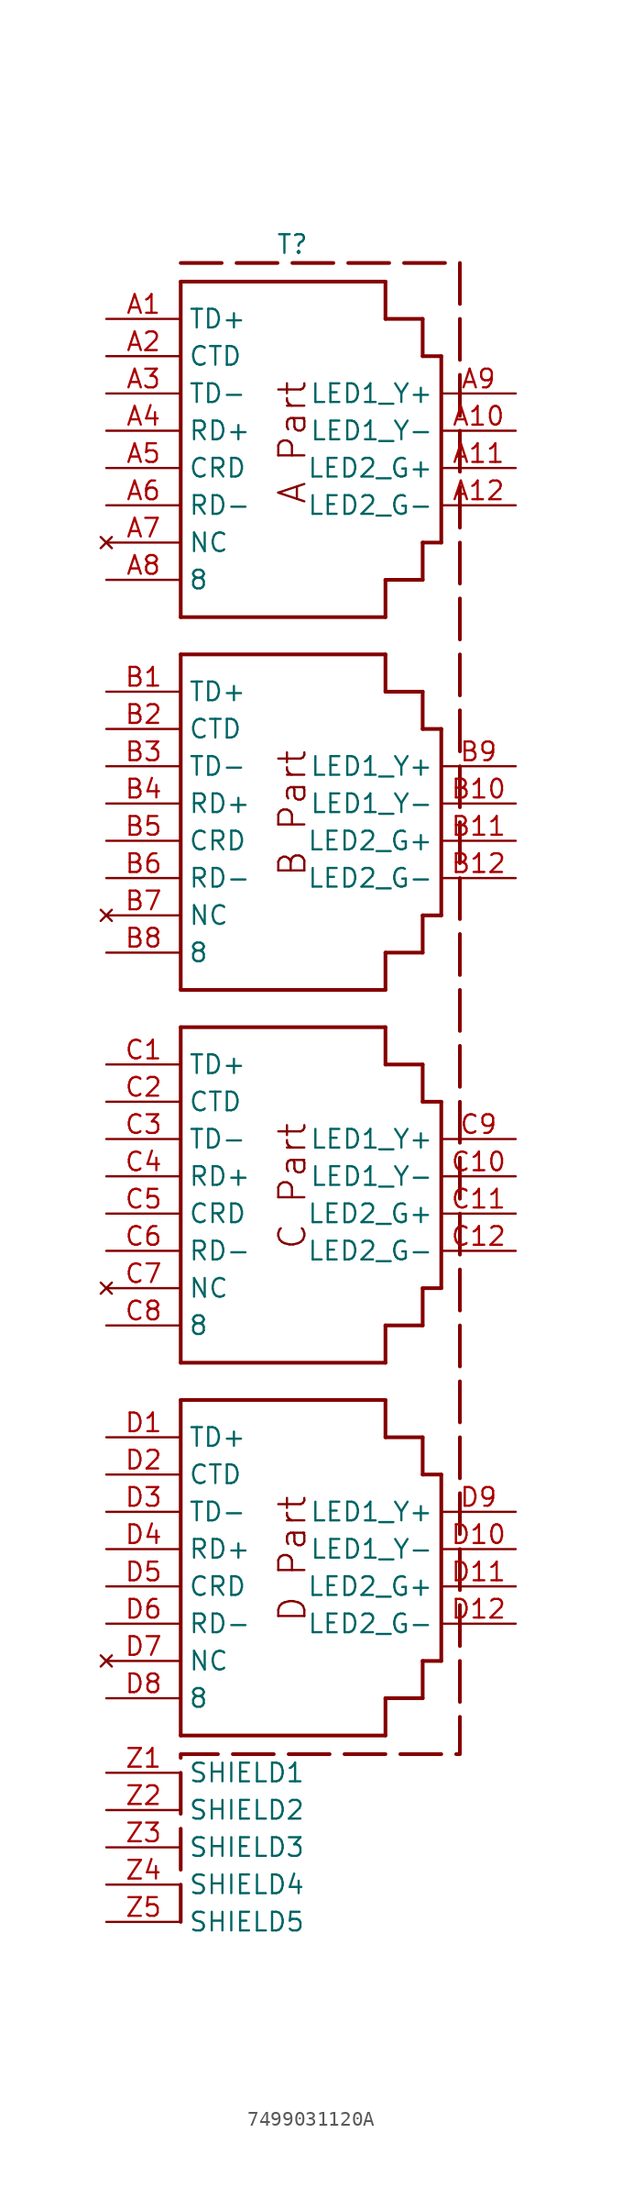
<source format=kicad_sym>
(kicad_symbol_lib
  (version 20220914)
  (generator kicad_symbol_editor)
  (symbol "7499031120A"
    (property "Reference" "T"
      (at 0 50.8 0)
      (effects (font (size 1.27 1.27))))
    (property "Critical Parameter" ""
      (at 0 -5.08 0)
      (effects (font (size 1.27 1.27)) (justify left)))
    (symbol "7499031120A_0_0"
      (polyline (pts (xy -7.62 -50.8) (xy -7.62 -27.94)) (stroke (width 0.254) (type default)) (fill (type none)))
      (polyline (pts (xy -7.62 -27.94) (xy 6.35 -27.94)) (stroke (width 0.254) (type default)) (fill (type none)))
      (polyline (pts (xy -7.62 -25.4) (xy -7.62 -2.54)) (stroke (width 0.254) (type default)) (fill (type none)))
      (polyline (pts (xy -7.62 -2.54) (xy 6.35 -2.54)) (stroke (width 0.254) (type default)) (fill (type none)))
      (polyline (pts (xy -7.62 0) (xy -7.62 22.86)) (stroke (width 0.254) (type default)) (fill (type none)))
      (polyline (pts (xy -7.62 22.86) (xy 6.35 22.86)) (stroke (width 0.254) (type default)) (fill (type none)))
      (polyline (pts (xy -7.62 25.4) (xy -7.62 48.26)) (stroke (width 0.254) (type default)) (fill (type none)))
      (polyline (pts (xy -7.62 48.26) (xy 6.35 48.26)) (stroke (width 0.254) (type default)) (fill (type none)))
      (polyline (pts (xy 6.35 -50.8) (xy -7.62 -50.8)) (stroke (width 0.254) (type default)) (fill (type none)))
      (polyline (pts (xy 6.35 -50.8) (xy 6.35 -48.26)) (stroke (width 0.254) (type default)) (fill (type none)))
      (polyline (pts (xy 6.35 -48.26) (xy 8.89 -48.26)) (stroke (width 0.254) (type default)) (fill (type none)))
      (polyline (pts (xy 6.35 -30.48) (xy 8.89 -30.48)) (stroke (width 0.254) (type default)) (fill (type none)))
      (polyline (pts (xy 6.35 -27.94) (xy 6.35 -30.48)) (stroke (width 0.254) (type default)) (fill (type none)))
      (polyline (pts (xy 6.35 -25.4) (xy -7.62 -25.4)) (stroke (width 0.254) (type default)) (fill (type none)))
      (polyline (pts (xy 6.35 -25.4) (xy 6.35 -22.86)) (stroke (width 0.254) (type default)) (fill (type none)))
      (polyline (pts (xy 6.35 -22.86) (xy 8.89 -22.86)) (stroke (width 0.254) (type default)) (fill (type none)))
      (polyline (pts (xy 6.35 -5.08) (xy 8.89 -5.08)) (stroke (width 0.254) (type default)) (fill (type none)))
      (polyline (pts (xy 6.35 -2.54) (xy 6.35 -5.08)) (stroke (width 0.254) (type default)) (fill (type none)))
      (polyline (pts (xy 6.35 0) (xy -7.62 0)) (stroke (width 0.254) (type default)) (fill (type none)))
      (polyline (pts (xy 6.35 0) (xy 6.35 2.54)) (stroke (width 0.254) (type default)) (fill (type none)))
      (polyline (pts (xy 6.35 2.54) (xy 8.89 2.54)) (stroke (width 0.254) (type default)) (fill (type none)))
      (polyline (pts (xy 6.35 20.32) (xy 8.89 20.32)) (stroke (width 0.254) (type default)) (fill (type none)))
      (polyline (pts (xy 6.35 22.86) (xy 6.35 20.32)) (stroke (width 0.254) (type default)) (fill (type none)))
      (polyline (pts (xy 6.35 25.4) (xy -7.62 25.4)) (stroke (width 0.254) (type default)) (fill (type none)))
      (polyline (pts (xy 6.35 25.4) (xy 6.35 27.94)) (stroke (width 0.254) (type default)) (fill (type none)))
      (polyline (pts (xy 6.35 27.94) (xy 8.89 27.94)) (stroke (width 0.254) (type default)) (fill (type none)))
      (polyline (pts (xy 6.35 45.72) (xy 8.89 45.72)) (stroke (width 0.254) (type default)) (fill (type none)))
      (polyline (pts (xy 6.35 48.26) (xy 6.35 45.72)) (stroke (width 0.254) (type default)) (fill (type none)))
      (polyline (pts (xy 8.89 -48.26) (xy 8.89 -45.72)) (stroke (width 0.254) (type default)) (fill (type none)))
      (polyline (pts (xy 8.89 -45.72) (xy 10.16 -45.72)) (stroke (width 0.254) (type default)) (fill (type none)))
      (polyline (pts (xy 8.89 -33.02) (xy 10.16 -33.02)) (stroke (width 0.254) (type default)) (fill (type none)))
      (polyline (pts (xy 8.89 -30.48) (xy 8.89 -33.02)) (stroke (width 0.254) (type default)) (fill (type none)))
      (polyline (pts (xy 8.89 -22.86) (xy 8.89 -20.32)) (stroke (width 0.254) (type default)) (fill (type none)))
      (polyline (pts (xy 8.89 -20.32) (xy 10.16 -20.32)) (stroke (width 0.254) (type default)) (fill (type none)))
      (polyline (pts (xy 8.89 -7.62) (xy 10.16 -7.62)) (stroke (width 0.254) (type default)) (fill (type none)))
      (polyline (pts (xy 8.89 -5.08) (xy 8.89 -7.62)) (stroke (width 0.254) (type default)) (fill (type none)))
      (polyline (pts (xy 8.89 2.54) (xy 8.89 5.08)) (stroke (width 0.254) (type default)) (fill (type none)))
      (polyline (pts (xy 8.89 5.08) (xy 10.16 5.08)) (stroke (width 0.254) (type default)) (fill (type none)))
      (polyline (pts (xy 8.89 17.78) (xy 10.16 17.78)) (stroke (width 0.254) (type default)) (fill (type none)))
      (polyline (pts (xy 8.89 20.32) (xy 8.89 17.78)) (stroke (width 0.254) (type default)) (fill (type none)))
      (polyline (pts (xy 8.89 27.94) (xy 8.89 30.48)) (stroke (width 0.254) (type default)) (fill (type none)))
      (polyline (pts (xy 8.89 30.48) (xy 10.16 30.48)) (stroke (width 0.254) (type default)) (fill (type none)))
      (polyline (pts (xy 8.89 43.18) (xy 10.16 43.18)) (stroke (width 0.254) (type default)) (fill (type none)))
      (polyline (pts (xy 8.89 45.72) (xy 8.89 43.18)) (stroke (width 0.254) (type default)) (fill (type none)))
      (polyline (pts (xy 10.16 -33.02) (xy 10.16 -45.72)) (stroke (width 0.254) (type default)) (fill (type none)))
      (polyline (pts (xy 10.16 -7.62) (xy 10.16 -20.32)) (stroke (width 0.254) (type default)) (fill (type none)))
      (polyline (pts (xy 10.16 17.78) (xy 10.16 5.08)) (stroke (width 0.254) (type default)) (fill (type none)))
      (polyline (pts (xy 10.16 43.18) (xy 10.16 30.48)) (stroke (width 0.254) (type default)) (fill (type none)))
      (text "A Part" (at 0 33.02 900) (effects (font (size 1.778 1.778)) (justify left)))
      (text "B Part" (at 0 7.62 900) (effects (font (size 1.778 1.778)) (justify left)))
      (text "C Part" (at 0 -17.78 900) (effects (font (size 1.778 1.778)) (justify left)))
      (text "D Part" (at 0 -43.18 900) (effects (font (size 1.778 1.778)) (justify left)))
      (pin passive line (at -12.7 -53.34 0) (length 5.08) (name "SHIELD1" (effects (font (size 1.27 1.27)))) (number "Z1" (effects (font (size 1.27 1.27)))))
      (pin passive line (at -12.7 -55.88 0) (length 5.08) (name "SHIELD2" (effects (font (size 1.27 1.27)))) (number "Z2" (effects (font (size 1.27 1.27)))))
      (pin passive line (at -12.7 -58.42 0) (length 5.08) (name "SHIELD3" (effects (font (size 1.27 1.27)))) (number "Z3" (effects (font (size 1.27 1.27)))))
      (pin passive line (at -12.7 -60.96 0) (length 5.08) (name "SHIELD4" (effects (font (size 1.27 1.27)))) (number "Z4" (effects (font (size 1.27 1.27)))))
      (pin passive line (at -12.7 -63.5 0) (length 5.08) (name "SHIELD5" (effects (font (size 1.27 1.27)))) (number "Z5" (effects (font (size 1.27 1.27))))))
    (symbol "7499031120A_1_0"
      (pin passive line (at -12.7 45.72 0) (length 5.08) (name "TD+" (effects (font (size 1.27 1.27)))) (number "A1" (effects (font (size 1.27 1.27)))))
      (pin passive line (at 15.24 38.1 180) (length 5.08) (name "LED1_Y-" (effects (font (size 1.27 1.27)))) (number "A10" (effects (font (size 1.27 1.27)))))
      (pin passive line (at 15.24 35.56 180) (length 5.08) (name "LED2_G+" (effects (font (size 1.27 1.27)))) (number "A11" (effects (font (size 1.27 1.27)))))
      (pin passive line (at 15.24 33.02 180) (length 5.08) (name "LED2_G-" (effects (font (size 1.27 1.27)))) (number "A12" (effects (font (size 1.27 1.27)))))
      (pin passive line (at -12.7 43.18 0) (length 5.08) (name "CTD" (effects (font (size 1.27 1.27)))) (number "A2" (effects (font (size 1.27 1.27)))))
      (pin passive line (at -12.7 40.64 0) (length 5.08) (name "TD-" (effects (font (size 1.27 1.27)))) (number "A3" (effects (font (size 1.27 1.27)))))
      (pin passive line (at -12.7 38.1 0) (length 5.08) (name "RD+" (effects (font (size 1.27 1.27)))) (number "A4" (effects (font (size 1.27 1.27)))))
      (pin passive line (at -12.7 35.56 0) (length 5.08) (name "CRD" (effects (font (size 1.27 1.27)))) (number "A5" (effects (font (size 1.27 1.27)))))
      (pin passive line (at -12.7 33.02 0) (length 5.08) (name "RD-" (effects (font (size 1.27 1.27)))) (number "A6" (effects (font (size 1.27 1.27)))))
      (pin no_connect line (at -12.7 30.48 0) (length 5.08) (name "NC" (effects (font (size 1.27 1.27)))) (number "A7" (effects (font (size 1.27 1.27)))))
      (pin passive line (at -12.7 27.94 0) (length 5.08) (name "8" (effects (font (size 1.27 1.27)))) (number "A8" (effects (font (size 1.27 1.27)))))
      (pin passive line (at 15.24 40.64 180) (length 5.08) (name "LED1_Y+" (effects (font (size 1.27 1.27)))) (number "A9" (effects (font (size 1.27 1.27)))))
      (pin passive line (at -12.7 20.32 0) (length 5.08) (name "TD+" (effects (font (size 1.27 1.27)))) (number "B1" (effects (font (size 1.27 1.27)))))
      (pin passive line (at 15.24 12.7 180) (length 5.08) (name "LED1_Y-" (effects (font (size 1.27 1.27)))) (number "B10" (effects (font (size 1.27 1.27)))))
      (pin passive line (at 15.24 10.16 180) (length 5.08) (name "LED2_G+" (effects (font (size 1.27 1.27)))) (number "B11" (effects (font (size 1.27 1.27)))))
      (pin passive line (at 15.24 7.62 180) (length 5.08) (name "LED2_G-" (effects (font (size 1.27 1.27)))) (number "B12" (effects (font (size 1.27 1.27)))))
      (pin passive line (at -12.7 17.78 0) (length 5.08) (name "CTD" (effects (font (size 1.27 1.27)))) (number "B2" (effects (font (size 1.27 1.27)))))
      (pin passive line (at -12.7 15.24 0) (length 5.08) (name "TD-" (effects (font (size 1.27 1.27)))) (number "B3" (effects (font (size 1.27 1.27)))))
      (pin passive line (at -12.7 12.7 0) (length 5.08) (name "RD+" (effects (font (size 1.27 1.27)))) (number "B4" (effects (font (size 1.27 1.27)))))
      (pin passive line (at -12.7 10.16 0) (length 5.08) (name "CRD" (effects (font (size 1.27 1.27)))) (number "B5" (effects (font (size 1.27 1.27)))))
      (pin passive line (at -12.7 7.62 0) (length 5.08) (name "RD-" (effects (font (size 1.27 1.27)))) (number "B6" (effects (font (size 1.27 1.27)))))
      (pin no_connect line (at -12.7 5.08 0) (length 5.08) (name "NC" (effects (font (size 1.27 1.27)))) (number "B7" (effects (font (size 1.27 1.27)))))
      (pin passive line (at -12.7 2.54 0) (length 5.08) (name "8" (effects (font (size 1.27 1.27)))) (number "B8" (effects (font (size 1.27 1.27)))))
      (pin passive line (at 15.24 15.24 180) (length 5.08) (name "LED1_Y+" (effects (font (size 1.27 1.27)))) (number "B9" (effects (font (size 1.27 1.27)))))
      (pin passive line (at -12.7 -5.08 0) (length 5.08) (name "TD+" (effects (font (size 1.27 1.27)))) (number "C1" (effects (font (size 1.27 1.27)))))
      (pin passive line (at 15.24 -12.7 180) (length 5.08) (name "LED1_Y-" (effects (font (size 1.27 1.27)))) (number "C10" (effects (font (size 1.27 1.27)))))
      (pin passive line (at 15.24 -15.24 180) (length 5.08) (name "LED2_G+" (effects (font (size 1.27 1.27)))) (number "C11" (effects (font (size 1.27 1.27)))))
      (pin passive line (at 15.24 -17.78 180) (length 5.08) (name "LED2_G-" (effects (font (size 1.27 1.27)))) (number "C12" (effects (font (size 1.27 1.27)))))
      (pin passive line (at -12.7 -7.62 0) (length 5.08) (name "CTD" (effects (font (size 1.27 1.27)))) (number "C2" (effects (font (size 1.27 1.27)))))
      (pin passive line (at -12.7 -10.16 0) (length 5.08) (name "TD-" (effects (font (size 1.27 1.27)))) (number "C3" (effects (font (size 1.27 1.27)))))
      (pin passive line (at -12.7 -12.7 0) (length 5.08) (name "RD+" (effects (font (size 1.27 1.27)))) (number "C4" (effects (font (size 1.27 1.27)))))
      (pin passive line (at -12.7 -15.24 0) (length 5.08) (name "CRD" (effects (font (size 1.27 1.27)))) (number "C5" (effects (font (size 1.27 1.27)))))
      (pin passive line (at -12.7 -17.78 0) (length 5.08) (name "RD-" (effects (font (size 1.27 1.27)))) (number "C6" (effects (font (size 1.27 1.27)))))
      (pin no_connect line (at -12.7 -20.32 0) (length 5.08) (name "NC" (effects (font (size 1.27 1.27)))) (number "C7" (effects (font (size 1.27 1.27)))))
      (pin passive line (at -12.7 -22.86 0) (length 5.08) (name "8" (effects (font (size 1.27 1.27)))) (number "C8" (effects (font (size 1.27 1.27)))))
      (pin passive line (at 15.24 -10.16 180) (length 5.08) (name "LED1_Y+" (effects (font (size 1.27 1.27)))) (number "C9" (effects (font (size 1.27 1.27)))))
      (pin passive line (at -12.7 -30.48 0) (length 5.08) (name "TD+" (effects (font (size 1.27 1.27)))) (number "D1" (effects (font (size 1.27 1.27)))))
      (pin passive line (at 15.24 -38.1 180) (length 5.08) (name "LED1_Y-" (effects (font (size 1.27 1.27)))) (number "D10" (effects (font (size 1.27 1.27)))))
      (pin passive line (at 15.24 -40.64 180) (length 5.08) (name "LED2_G+" (effects (font (size 1.27 1.27)))) (number "D11" (effects (font (size 1.27 1.27)))))
      (pin passive line (at 15.24 -43.18 180) (length 5.08) (name "LED2_G-" (effects (font (size 1.27 1.27)))) (number "D12" (effects (font (size 1.27 1.27)))))
      (pin passive line (at -12.7 -33.02 0) (length 5.08) (name "CTD" (effects (font (size 1.27 1.27)))) (number "D2" (effects (font (size 1.27 1.27)))))
      (pin passive line (at -12.7 -35.56 0) (length 5.08) (name "TD-" (effects (font (size 1.27 1.27)))) (number "D3" (effects (font (size 1.27 1.27)))))
      (pin passive line (at -12.7 -38.1 0) (length 5.08) (name "RD+" (effects (font (size 1.27 1.27)))) (number "D4" (effects (font (size 1.27 1.27)))))
      (pin passive line (at -12.7 -40.64 0) (length 5.08) (name "CRD" (effects (font (size 1.27 1.27)))) (number "D5" (effects (font (size 1.27 1.27)))))
      (pin passive line (at -12.7 -43.18 0) (length 5.08) (name "RD-" (effects (font (size 1.27 1.27)))) (number "D6" (effects (font (size 1.27 1.27)))))
      (pin no_connect line (at -12.7 -45.72 0) (length 5.08) (name "NC" (effects (font (size 1.27 1.27)))) (number "D7" (effects (font (size 1.27 1.27)))))
      (pin passive line (at -12.7 -48.26 0) (length 5.08) (name "8" (effects (font (size 1.27 1.27)))) (number "D8" (effects (font (size 1.27 1.27)))))
      (pin passive line (at 15.24 -35.56 180) (length 5.08) (name "LED1_Y+" (effects (font (size 1.27 1.27)))) (number "D9" (effects (font (size 1.27 1.27))))))
    (symbol "7499031120A_1_1"
      (polyline (pts (xy -7.62 49.53) (xy 11.43 49.53) (xy 11.43 -52.07) (xy -7.62 -52.07) (xy -7.62 -63.5)) (stroke (width 0.254) (type dash)) (fill (type none))))))
</source>
